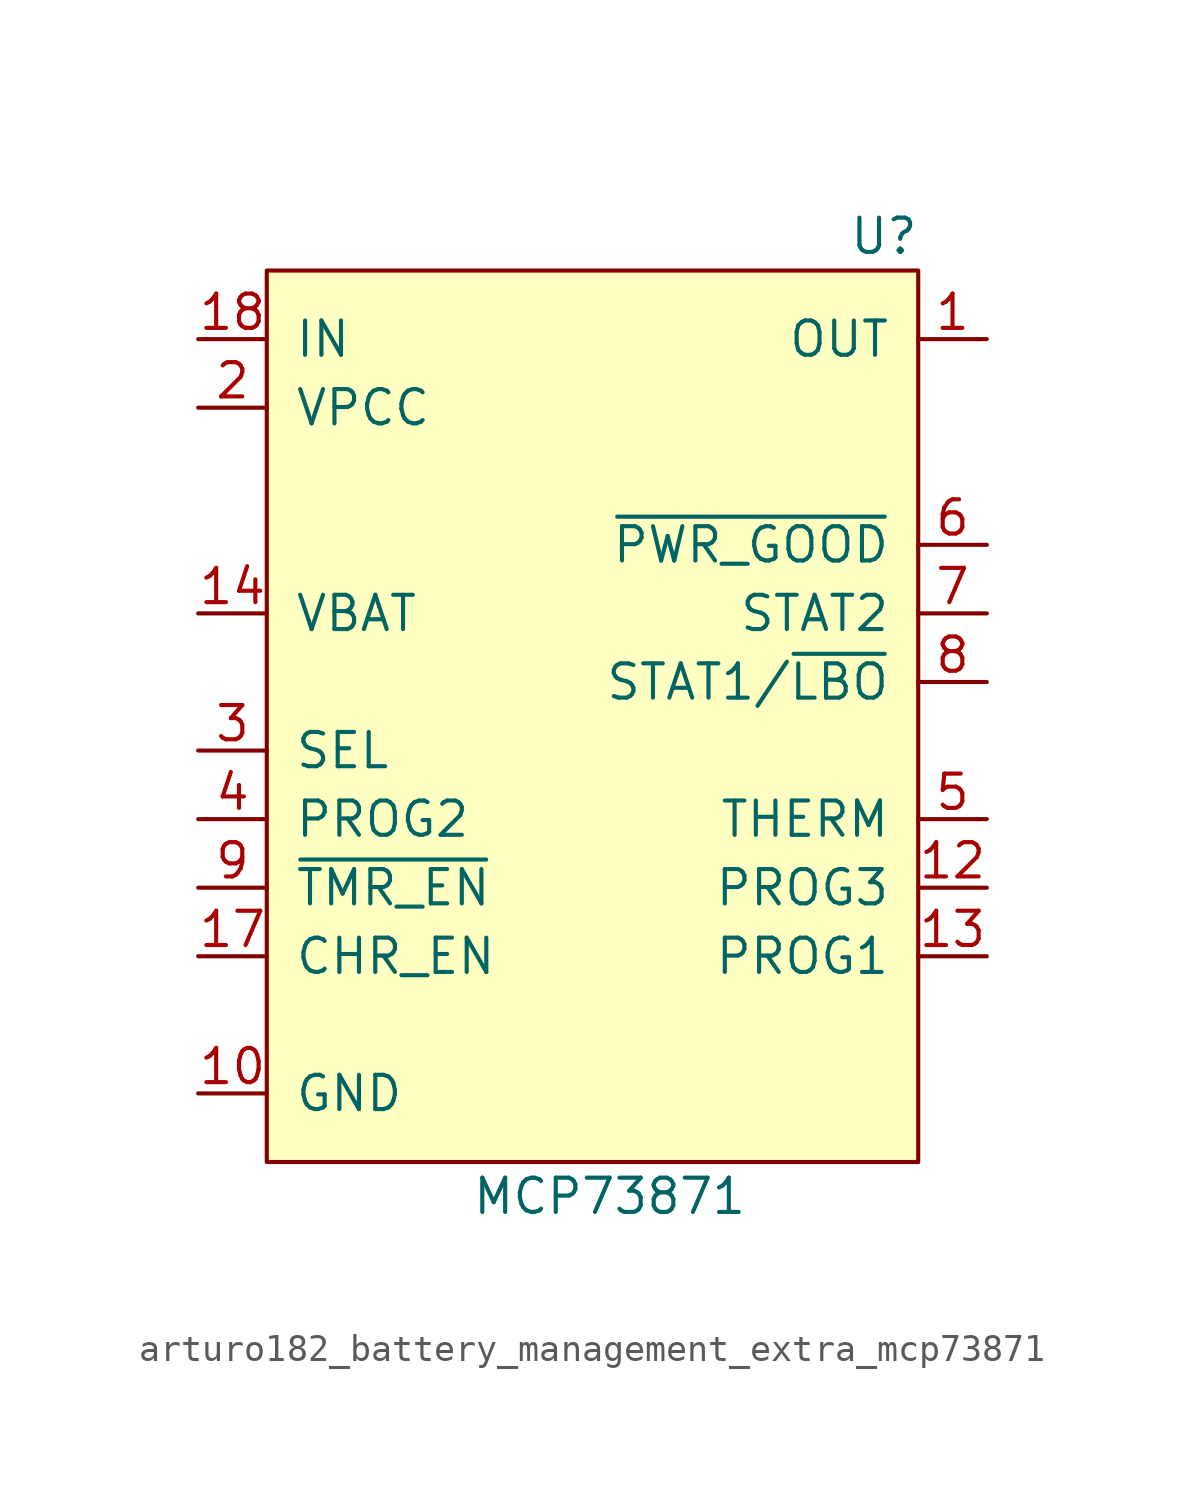
<source format=kicad_sym>
(kicad_symbol_lib
  (version 20220914)
  (generator kicad_symbol_editor)
  (symbol "arturo182_battery_management_extra_mcp73871"
    (pin_names
      (offset 1.016))
    (property "Reference" "U"
      (at 10.16 16.51 0)
      (effects (font (size 1.27 1.27))))
    (property "Value" "MCP73871"
      (at 0 -19.05 0)
      (effects (font (size 1.27 1.27))))
    (symbol "arturo182_battery_management_extra_mcp73871_0_1"
      (rectangle (start -12.7 15.24) (end 11.43 -17.78) (stroke (width 0) (type default) (color 0 0 0 0)) (fill (type background))))
    (symbol "arturo182_battery_management_extra_mcp73871_1_1"
      (pin power_out line (at 13.97 12.7 180) (length 2.54) (name "OUT" (effects (font (size 1.27 1.27)))) (number "1" (effects (font (size 1.27 1.27)))))
      (pin power_in line (at -15.24 -15.24 0) (length 2.54) (name "GND" (effects (font (size 1.27 1.27)))) (number "10" (effects (font (size 1.27 1.27)))))
      (pin passive line (at -15.24 -15.24 0) (length 2.54) hide (name "GND" (effects (font (size 1.27 1.27)))) (number "11" (effects (font (size 1.27 1.27)))))
      (pin bidirectional line (at 13.97 -7.62 180) (length 2.54) (name "PROG3" (effects (font (size 1.27 1.27)))) (number "12" (effects (font (size 1.27 1.27)))))
      (pin bidirectional line (at 13.97 -10.16 180) (length 2.54) (name "PROG1" (effects (font (size 1.27 1.27)))) (number "13" (effects (font (size 1.27 1.27)))))
      (pin power_in line (at -15.24 2.54 0) (length 2.54) (name "VBAT" (effects (font (size 1.27 1.27)))) (number "14" (effects (font (size 1.27 1.27)))))
      (pin passive line (at -15.24 2.54 0) (length 2.54) hide (name "VBAT" (effects (font (size 1.27 1.27)))) (number "15" (effects (font (size 1.27 1.27)))))
      (pin passive line (at -15.24 2.54 0) (length 2.54) hide (name "VBAT" (effects (font (size 1.27 1.27)))) (number "16" (effects (font (size 1.27 1.27)))))
      (pin input line (at -15.24 -10.16 0) (length 2.54) (name "CHR_EN" (effects (font (size 1.27 1.27)))) (number "17" (effects (font (size 1.27 1.27)))))
      (pin power_in line (at -15.24 12.7 0) (length 2.54) (name "IN" (effects (font (size 1.27 1.27)))) (number "18" (effects (font (size 1.27 1.27)))))
      (pin passive line (at -15.24 12.7 0) (length 2.54) hide (name "IN" (effects (font (size 1.27 1.27)))) (number "19" (effects (font (size 1.27 1.27)))))
      (pin input line (at -15.24 10.16 0) (length 2.54) (name "VPCC" (effects (font (size 1.27 1.27)))) (number "2" (effects (font (size 1.27 1.27)))))
      (pin passive line (at 13.97 12.7 180) (length 2.54) hide (name "OUT" (effects (font (size 1.27 1.27)))) (number "20" (effects (font (size 1.27 1.27)))))
      (pin passive line (at -15.24 -15.24 0) (length 2.54) hide (name "GND" (effects (font (size 1.27 1.27)))) (number "21" (effects (font (size 1.27 1.27)))))
      (pin input line (at -15.24 -2.54 0) (length 2.54) (name "SEL" (effects (font (size 1.27 1.27)))) (number "3" (effects (font (size 1.27 1.27)))))
      (pin input line (at -15.24 -5.08 0) (length 2.54) (name "PROG2" (effects (font (size 1.27 1.27)))) (number "4" (effects (font (size 1.27 1.27)))))
      (pin bidirectional line (at 13.97 -5.08 180) (length 2.54) (name "THERM" (effects (font (size 1.27 1.27)))) (number "5" (effects (font (size 1.27 1.27)))))
      (pin output line (at 13.97 5.08 180) (length 2.54) (name "~{PWR_GOOD}" (effects (font (size 1.27 1.27)))) (number "6" (effects (font (size 1.27 1.27)))))
      (pin output line (at 13.97 2.54 180) (length 2.54) (name "STAT2" (effects (font (size 1.27 1.27)))) (number "7" (effects (font (size 1.27 1.27)))))
      (pin output line (at 13.97 0 180) (length 2.54) (name "STAT1/~{LBO}" (effects (font (size 1.27 1.27)))) (number "8" (effects (font (size 1.27 1.27)))))
      (pin input line (at -15.24 -7.62 0) (length 2.54) (name "~{TMR_EN}" (effects (font (size 1.27 1.27)))) (number "9" (effects (font (size 1.27 1.27))))))))
</source>
